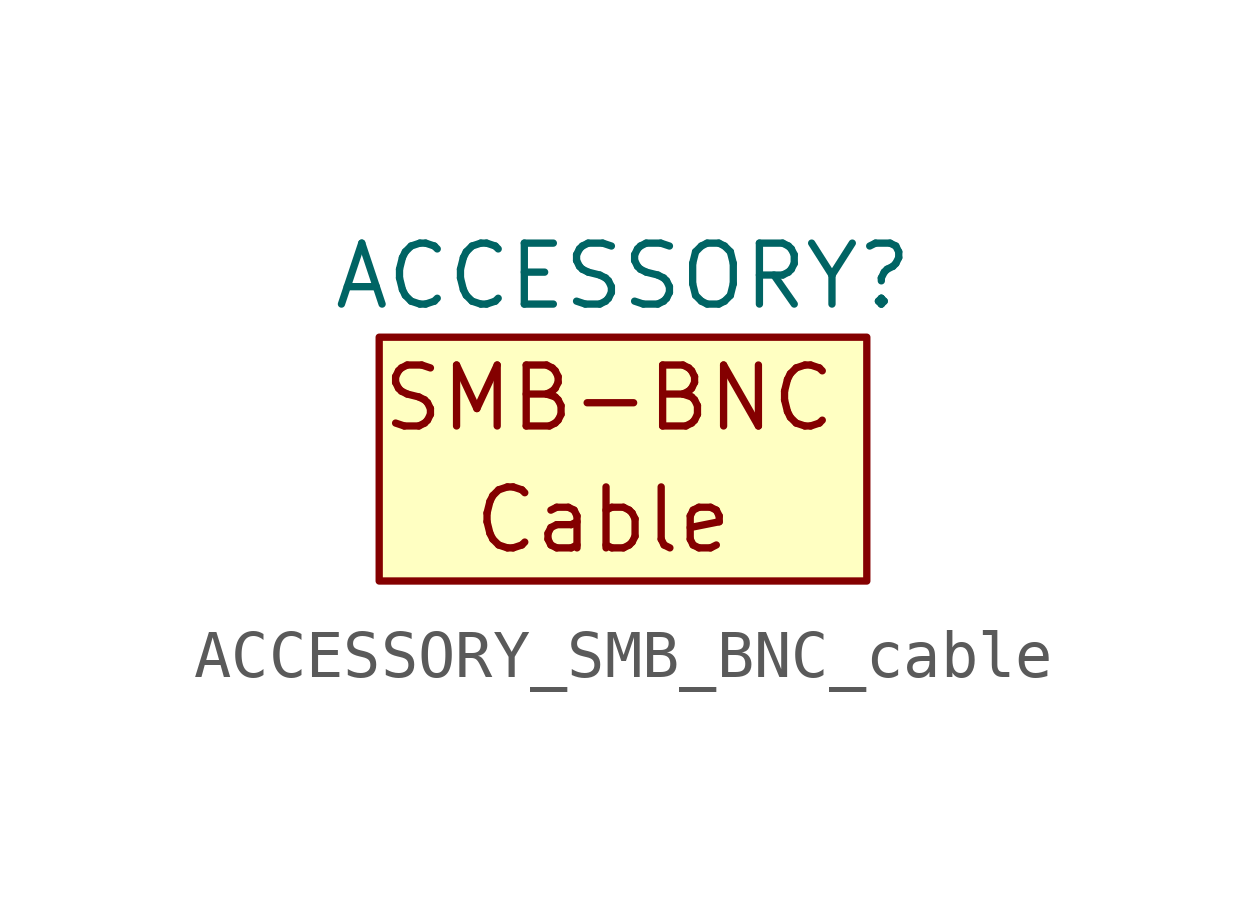
<source format=kicad_sym>
(kicad_symbol_lib
  (version 20220914)
  (generator kicad_symbol_editor)
  (symbol "ACCESSORY_SMB_BNC_cable"
    (property "Reference" "ACCESSORY"
      (at 0 3.81 0)
      (effects (font (size 1.27 1.27))))
    (symbol "ACCESSORY_SMB_BNC_cable_0_0"
      (text "Cable" (at -3.175 -1.27 0) (effects (font (size 1.27 1.27)) (justify left)))
      (text "SMB-BNC" (at -5.08 1.27 0) (effects (font (size 1.27 1.27)) (justify left))))
    (symbol "ACCESSORY_SMB_BNC_cable_0_1"
      (rectangle (start -5.08 2.54) (end 5.08 -2.54) (stroke (width 0) (type default)) (fill (type background))))))
</source>
